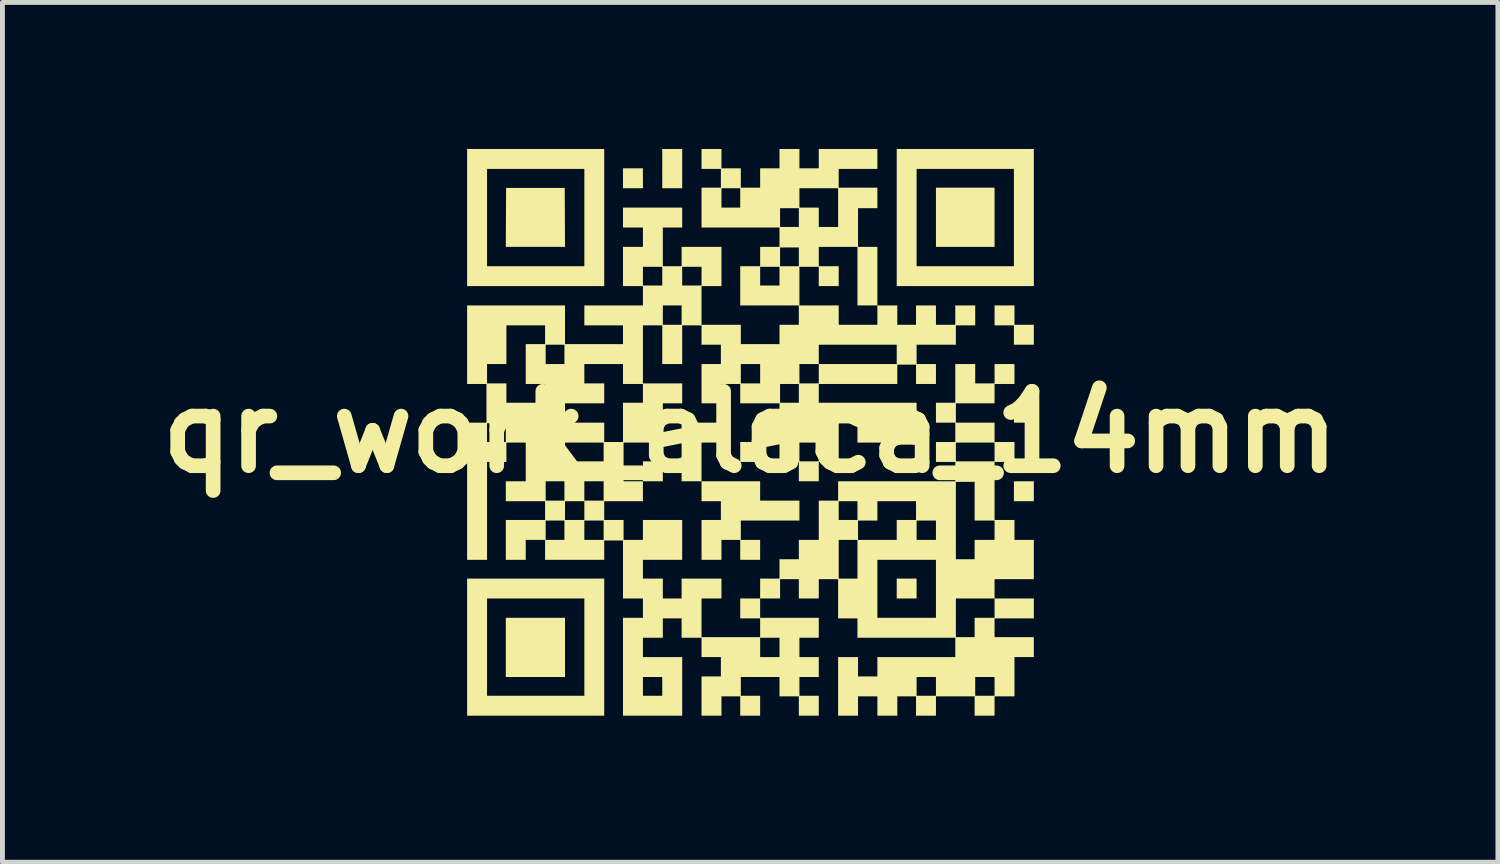
<source format=kicad_pcb>
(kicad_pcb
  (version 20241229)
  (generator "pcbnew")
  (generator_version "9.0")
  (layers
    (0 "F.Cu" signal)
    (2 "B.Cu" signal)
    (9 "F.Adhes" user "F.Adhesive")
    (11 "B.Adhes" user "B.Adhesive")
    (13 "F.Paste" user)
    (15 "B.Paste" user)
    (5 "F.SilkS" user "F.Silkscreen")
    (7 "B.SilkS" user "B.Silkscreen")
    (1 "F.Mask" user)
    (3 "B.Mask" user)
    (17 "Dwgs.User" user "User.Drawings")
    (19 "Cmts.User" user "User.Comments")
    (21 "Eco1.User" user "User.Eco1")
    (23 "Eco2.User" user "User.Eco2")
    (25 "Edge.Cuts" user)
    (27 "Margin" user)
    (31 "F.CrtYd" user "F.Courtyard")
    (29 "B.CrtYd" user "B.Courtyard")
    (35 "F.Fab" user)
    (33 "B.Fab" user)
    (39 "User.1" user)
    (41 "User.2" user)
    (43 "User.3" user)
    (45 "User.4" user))
  (footprint "qr_work_eleca_14mm"
    (layer "F.Cu")
    (at 12.308 5.795)
    (property "Reference" "qr_work_eleca_14mm" (at 0 0 0) (layer "F.SilkS") (effects (font (size 1.524 1.524) (thickness 0.3))))
    (attr board_only exclude_from_pos_files exclude_from_bom)
    (fp_poly (pts (xy -3.791 5.015) (xy -5.003 5.015) (xy -5.003 3.803) (xy -3.791 3.803)) (stroke (width 0) (type solid)) (fill yes) (layer "F.SilkS"))
    (fp_poly (pts (xy -2.196 -4.991) (xy -2.604 -4.991) (xy -2.604 -5.399) (xy -2.196 -5.399)) (stroke (width 0) (type solid)) (fill yes) (layer "F.SilkS"))
    (fp_poly (pts (xy -1.788 1.008) (xy -2.196 1.008) (xy -2.196 0.6) (xy -1.788 0.6)) (stroke (width 0) (type solid)) (fill yes) (layer "F.SilkS"))
    (fp_poly (pts (xy -1.392 -4.991) (xy -1.8 -4.991) (xy -1.8 -5.795) (xy -1.392 -5.795)) (stroke (width 0) (type solid)) (fill yes) (layer "F.SilkS"))
    (fp_poly (pts (xy 3.407 3.407) (xy 3 3.407) (xy 3 3) (xy 3.407 3)) (stroke (width 0) (type solid)) (fill yes) (layer "F.SilkS"))
    (fp_poly (pts (xy 5.003 -3.791) (xy 3.803 -3.791) (xy 3.803 -5.003) (xy 5.003 -5.003)) (stroke (width 0) (type solid)) (fill yes) (layer "F.SilkS"))
    (fp_poly (pts (xy 5.807 -0.192) (xy 5.399 -0.192) (xy 5.399 -0.6) (xy 5.807 -0.6)) (stroke (width 0) (type solid)) (fill yes) (layer "F.SilkS"))
    (fp_poly (pts (xy 5.807 1.416) (xy 5.399 1.416) (xy 5.399 1.008) (xy 5.807 1.008)) (stroke (width 0) (type solid)) (fill yes) (layer "F.SilkS"))
    (fp_poly (pts (xy -3.794 -4.394) (xy -3.791 -3.791) (xy -5.003 -3.791) (xy -5 -4.394) (xy -4.997 -4.997) (xy -3.797 -4.997)) (stroke (width 0) (type solid)) (fill yes) (layer "F.SilkS"))
    (fp_poly (pts (xy -0.588 0.216) (xy -0.996 0.216) (xy -0.996 1.008) (xy -1.404 1.008) (xy -1.404 -0.192) (xy -0.588 -0.192)) (stroke (width 0) (type solid)) (fill yes) (layer "F.SilkS"))
    (fp_poly (pts (xy 5.411 -2.196) (xy 5.807 -2.196) (xy 5.807 -1.788) (xy 5.399 -1.788) (xy 5.399 -2.184) (xy 5.003 -2.184) (xy 5.003 -2.592) (xy 5.411 -2.592)) (stroke (width 0) (type solid)) (fill yes) (layer "F.SilkS"))
    (fp_poly (pts (xy -2.988 -2.988) (xy -5.795 -2.988) (xy -5.795 -3.395) (xy -5.387 -3.395) (xy -3.395 -3.395) (xy -3.395 -5.387) (xy -5.387 -5.387) (xy -5.387 -3.395) (xy -5.795 -3.395) (xy -5.795 -5.795) (xy -2.988 -5.795)) (stroke (width 0) (type solid)) (fill yes) (layer "F.SilkS"))
    (fp_poly (pts (xy -2.988 5.807) (xy -5.795 5.807) (xy -5.795 5.399) (xy -5.387 5.399) (xy -3.395 5.399) (xy -3.395 3.407) (xy -5.387 3.407) (xy -5.387 5.399) (xy -5.795 5.399) (xy -5.795 3) (xy -2.988 3)) (stroke (width 0) (type solid)) (fill yes) (layer "F.SilkS"))
    (fp_poly (pts (xy 5.807 -2.988) (xy 3 -2.988) (xy 3 -3.395) (xy 3.407 -3.395) (xy 5.399 -3.395) (xy 5.399 -5.387) (xy 3.407 -5.387) (xy 3.407 -3.395) (xy 3 -3.395) (xy 3 -5.795) (xy 5.807 -5.795)) (stroke (width 0) (type solid)) (fill yes) (layer "F.SilkS"))
    (fp_poly (pts (xy 0.204 1.404) (xy 1.008 1.404) (xy 1.008 1.812) (xy -0.192 1.812) (xy -0.192 2.208) (xy 0.204 2.208) (xy 0.204 2.616) (xy -0.204 2.616) (xy -0.204 2.208) (xy -0.588 2.208) (xy -0.588 2.616) (xy -0.996 2.616) (xy -0.996 1.8) (xy -0.6 1.8) (xy -0.6 1.416) (xy -0.996 1.416) (xy -0.996 1.008) (xy 0.204 1.008)) (stroke (width 0) (type solid)) (fill yes) (layer "F.SilkS"))
    (fp_poly (pts (xy 5.807 3.407) (xy 5.807 3.815) (xy 5.003 3.815) (xy 5.003 4.199) (xy 5.807 4.199) (xy 5.807 4.607) (xy 5.411 4.607) (xy 5.411 5.411) (xy 5.003 5.411) (xy 5.003 5.807) (xy 4.595 5.807) (xy 4.595 5.411) (xy 3.803 5.411) (xy 3.803 5.807) (xy 3.395 5.807) (xy 3.395 5.411) (xy 3.012 5.411) (xy 3.012 5.807) (xy 2.604 5.807) (xy 2.604 5.411) (xy 2.208 5.411) (xy 2.208 5.807) (xy 1.8 5.807) (xy 1.8 5.399) (xy 3.407 5.399) (xy 3.803 5.399) (xy 4.607 5.399) (xy 5.003 5.399) (xy 5.003 5.015) (xy 4.607 5.015) (xy 4.607 5.399) (xy 3.803 5.399) (xy 3.803 5.015) (xy 3.407 5.015) (xy 3.407 5.399) (xy 1.8 5.399) (xy 1.8 4.607) (xy 2.208 4.607) (xy 2.208 5.003) (xy 2.604 5.003) (xy 2.604 4.607) (xy 4.199 4.607) (xy 4.199 4.211) (xy 2.196 4.211) (xy 2.196 4.199) (xy 4.211 4.199) (xy 4.595 4.199) (xy 4.595 3.803) (xy 5.003 3.803) (xy 5.003 3.407) (xy 4.211 3.407) (xy 4.211 4.199) (xy 2.196 4.199) (xy 2.196 3.815) (xy 1.8 3.815) (xy 1.8 3.803) (xy 2.604 3.803) (xy 3.803 3.803) (xy 3.803 2.616) (xy 2.604 2.616) (xy 2.604 3.803) (xy 1.8 3.803) (xy 1.8 3.012) (xy 1.404 3.012) (xy 1.404 3.407) (xy 0.996 3.407) (xy 0.996 3.012) (xy 0.612 3.012) (xy 0.612 3.407) (xy 0.204 3.407) (xy 0.204 3) (xy 0.6 3) (xy 1.812 3) (xy 2.196 3) (xy 2.196 2.604) (xy 4.211 2.604) (xy 4.595 2.604) (xy 4.595 2.208) (xy 5.003 2.208) (xy 5.003 1.812) (xy 4.595 1.812) (xy 4.595 1.02) (xy 4.211 1.02) (xy 4.211 2.604) (xy 2.196 2.604) (xy 2.196 2.208) (xy 2.208 2.208) (xy 3 2.208) (xy 3.407 2.208) (xy 3.803 2.208) (xy 3.803 1.812) (xy 3.407 1.812) (xy 3.407 2.208) (xy 3 2.208) (xy 3 1.8) (xy 3.395 1.8) (xy 3.395 1.416) (xy 2.604 1.416) (xy 2.604 1.812) (xy 2.208 1.812) (xy 2.208 2.208) (xy 2.196 2.208) (xy 1.812 2.208) (xy 1.812 3) (xy 0.6 3) (xy 0.6 2.604) (xy 0.996 2.604) (xy 0.996 2.208) (xy 1.404 2.208) (xy 1.404 1.8) (xy 1.812 1.8) (xy 2.196 1.8) (xy 2.196 1.416) (xy 1.812 1.416) (xy 1.812 1.8) (xy 1.404 1.8) (xy 1.404 1.404) (xy 1.8 1.404) (xy 1.8 1.008) (xy 4.199 1.008) (xy 4.199 0.612) (xy 3.803 0.612) (xy 3.803 0.6) (xy 4.211 0.6) (xy 5.003 0.6) (xy 5.003 0.216) (xy 4.211 0.216) (xy 4.211 0.6) (xy 3.803 0.6) (xy 3.803 0.204) (xy 4.199 0.204) (xy 4.199 -0.192) (xy 3.803 -0.192) (xy 3.803 -0.6) (xy 4.199 -0.6) (xy 4.199 -1.392) (xy 4.607 -1.392) (xy 4.607 -0.996) (xy 5.003 -0.996) (xy 5.003 -1.392) (xy 5.411 -1.392) (xy 5.411 -0.984) (xy 5.003 -0.984) (xy 5.003 -0.588) (xy 4.211 -0.588) (xy 4.211 -0.192) (xy 5.003 -0.192) (xy 5.003 0.204) (xy 5.411 0.204) (xy 5.411 0.612) (xy 5.003 0.612) (xy 5.003 1.8) (xy 5.411 1.8) (xy 5.411 2.208) (xy 5.807 2.208) (xy 5.807 3.012) (xy 5.003 3.012) (xy 5.003 3.407)) (stroke (width 0) (type solid)) (fill yes) (layer "F.SilkS"))
    (fp_poly (pts (xy -0.588 -5.399) (xy -0.192 -5.399) (xy -0.192 -5.003) (xy 0.204 -5.003) (xy 0.204 -5.399) (xy 0.6 -5.399) (xy 0.6 -5.795) (xy 1.008 -5.795) (xy 1.008 -5.399) (xy 1.404 -5.399) (xy 1.404 -5.795) (xy 2.604 -5.795) (xy 2.604 -5.387) (xy 1.812 -5.387) (xy 1.812 -5.003) (xy 2.604 -5.003) (xy 2.604 -4.583) (xy 2.208 -4.583) (xy 2.208 -3.791) (xy 2.604 -3.791) (xy 2.604 -2.592) (xy 3.012 -2.592) (xy 3.012 -2.196) (xy 3.395 -2.196) (xy 3.395 -2.592) (xy 3.803 -2.592) (xy 3.803 -2.196) (xy 4.199 -2.196) (xy 4.199 -2.592) (xy 4.607 -2.592) (xy 4.607 -2.184) (xy 4.211 -2.184) (xy 4.211 -1.788) (xy 3.407 -1.788) (xy 3.407 -1.392) (xy 3.803 -1.392) (xy 3.803 -0.984) (xy 3.395 -0.984) (xy 3.395 -1.38) (xy 3.012 -1.38) (xy 3.012 -0.984) (xy 1.404 -0.984) (xy 1.404 -0.6) (xy 3.407 -0.6) (xy 3.407 0.216) (xy 2.196 0.216) (xy 2.196 -0.192) (xy 1.812 -0.192) (xy 1.812 0.612) (xy 1.404 0.612) (xy 1.404 1.008) (xy 0.996 1.008) (xy 0.996 0.612) (xy 0.6 0.612) (xy 0.6 0.6) (xy 1.008 0.6) (xy 1.404 0.6) (xy 1.404 0.216) (xy 1.008 0.216) (xy 1.008 0.6) (xy 0.6 0.6) (xy 0.6 0.216) (xy 0.204 0.216) (xy 0.204 0.612) (xy -0.204 0.612) (xy -0.204 0.204) (xy 0.204 0.204) (xy 0.204 -0.192) (xy 0.6 -0.192) (xy 0.6 -0.588) (xy -0.204 -0.588) (xy -0.204 -0.6) (xy 0.612 -0.6) (xy 0.996 -0.6) (xy 0.996 -0.984) (xy 0.612 -0.984) (xy 0.612 -0.6) (xy -0.204 -0.6) (xy -0.204 -0.984) (xy -0.588 -0.984) (xy -0.588 -0.588) (xy -0.996 -0.588) (xy -0.996 -0.996) (xy -0.192 -0.996) (xy 0.204 -0.996) (xy 1.008 -0.996) (xy 1.404 -0.996) (xy 1.404 -1.392) (xy 3 -1.392) (xy 3 -1.788) (xy 1.404 -1.788) (xy 1.404 -1.392) (xy 1.008 -1.392) (xy 1.008 -0.996) (xy 0.204 -0.996) (xy 0.204 -1.392) (xy -0.192 -1.392) (xy -0.192 -0.996) (xy -0.996 -0.996) (xy -0.996 -1.392) (xy -0.6 -1.392) (xy -0.6 -1.788) (xy -0.996 -1.788) (xy -0.996 -2.184) (xy -1.392 -2.184) (xy -1.392 -1.392) (xy -1.8 -1.392) (xy -1.8 -2.184) (xy -2.196 -2.184) (xy -2.196 -0.996) (xy -1.392 -0.996) (xy -1.392 -0.588) (xy -1.788 -0.588) (xy -1.788 0.216) (xy -2.592 0.216) (xy -2.592 1.008) (xy -2.196 1.008) (xy -2.196 1.416) (xy -2.988 1.416) (xy -2.988 1.8) (xy -2.592 1.8) (xy -2.592 2.208) (xy -2.196 2.208) (xy -2.196 1.8) (xy -1.392 1.8) (xy -1.392 2.616) (xy -2.196 2.616) (xy -2.196 3) (xy -1.788 3) (xy -1.788 3.407) (xy -1.404 3.407) (xy -1.404 3) (xy -0.588 3) (xy -0.588 3.407) (xy -0.996 3.407) (xy -0.996 4.199) (xy 0.204 4.199) (xy 0.204 3.815) (xy -0.204 3.815) (xy -0.204 3.407) (xy 0.204 3.407) (xy 0.204 3.803) (xy 1.404 3.803) (xy 1.404 4.211) (xy 1.008 4.211) (xy 1.008 4.607) (xy 1.404 4.607) (xy 1.404 5.015) (xy 1.008 5.015) (xy 1.008 5.399) (xy 1.404 5.399) (xy 1.404 5.807) (xy 0.996 5.807) (xy 0.996 5.411) (xy 0.6 5.411) (xy 0.6 5.015) (xy -0.192 5.015) (xy -0.192 5.399) (xy 0.204 5.399) (xy 0.204 5.807) (xy -0.204 5.807) (xy -0.204 5.411) (xy -0.588 5.411) (xy -0.588 5.807) (xy -0.996 5.807) (xy -0.996 5.003) (xy -0.6 5.003) (xy -0.6 4.607) (xy 0.204 4.607) (xy 0.6 4.607) (xy 0.6 4.211) (xy 0.204 4.211) (xy 0.204 4.607) (xy -0.6 4.607) (xy -0.996 4.607) (xy -0.996 4.211) (xy -1.404 4.211) (xy -1.404 3.815) (xy -1.788 3.815) (xy -1.788 4.211) (xy -2.196 4.211) (xy -2.196 4.607) (xy -1.392 4.607) (xy -1.392 5.807) (xy -2.604 5.807) (xy -2.604 5.399) (xy -2.196 5.399) (xy -1.8 5.399) (xy -1.8 5.015) (xy -2.196 5.015) (xy -2.196 5.399) (xy -2.604 5.399) (xy -2.604 3.803) (xy -2.196 3.803) (xy -2.196 3.407) (xy -2.604 3.407) (xy -2.604 2.22) (xy -2.988 2.22) (xy -2.988 2.616) (xy -4.199 2.616) (xy -4.199 2.208) (xy -4.187 2.208) (xy -3.803 2.208) (xy -3.395 2.208) (xy -3 2.208) (xy -3 1.812) (xy -3.395 1.812) (xy -3.395 2.208) (xy -3.803 2.208) (xy -3.803 1.812) (xy -4.187 1.812) (xy -4.187 2.208) (xy -4.199 2.208) (xy -4.595 2.208) (xy -4.595 2.616) (xy -5.003 2.616) (xy -5.003 1.8) (xy -4.199 1.8) (xy -3.791 1.8) (xy -3.395 1.8) (xy -3.395 1.416) (xy -3.791 1.416) (xy -3.791 1.8) (xy -4.199 1.8) (xy -4.199 1.416) (xy -5.003 1.416) (xy -5.003 1.404) (xy -4.187 1.404) (xy -3.803 1.404) (xy -3.395 1.404) (xy -3 1.404) (xy -3 1.008) (xy -3.395 1.008) (xy -3.395 1.404) (xy -3.803 1.404) (xy -3.803 1.008) (xy -4.187 1.008) (xy -4.187 1.404) (xy -5.003 1.404) (xy -5.003 1.008) (xy -4.595 1.008) (xy -4.595 0.6) (xy -3.791 0.6) (xy -3 0.6) (xy -3 0.216) (xy -3.791 0.216) (xy -3.791 0.6) (xy -4.595 0.6) (xy -4.595 0.216) (xy -4.991 0.216) (xy -4.991 0.612) (xy -5.387 0.612) (xy -5.387 2.616) (xy -5.795 2.616) (xy -5.795 0.204) (xy -5.387 0.204) (xy -5.003 0.204) (xy -5.003 -0.18) (xy -5.387 -0.18) (xy -5.387 0.204) (xy -5.795 0.204) (xy -5.795 -0.192) (xy -5.399 -0.192) (xy -3.791 -0.192) (xy -2.988 -0.192) (xy -2.988 0.204) (xy -2.604 0.204) (xy -2.604 -0.6) (xy -2.196 -0.6) (xy -2.196 -0.984) (xy -2.604 -0.984) (xy -2.604 -1.392) (xy -3.395 -1.392) (xy -3.395 -0.996) (xy -2.988 -0.996) (xy -2.988 -0.588) (xy -3.791 -0.588) (xy -3.791 -0.192) (xy -5.399 -0.192) (xy -5.399 -0.984) (xy -5.795 -0.984) (xy -5.795 -0.996) (xy -5.387 -0.996) (xy -4.991 -0.996) (xy -4.991 -0.6) (xy -4.199 -0.6) (xy -4.199 -0.984) (xy -4.595 -0.984) (xy -4.595 -1.392) (xy -4.187 -1.392) (xy -3.803 -1.392) (xy -3.803 -1.788) (xy -4.187 -1.788) (xy -4.187 -1.392) (xy -4.595 -1.392) (xy -4.595 -1.8) (xy -4.199 -1.8) (xy -4.199 -2.184) (xy -4.991 -2.184) (xy -4.991 -1.392) (xy -5.387 -1.392) (xy -5.387 -0.996) (xy -5.795 -0.996) (xy -5.795 -2.592) (xy -3.791 -2.592) (xy -3.791 -1.8) (xy -2.604 -1.8) (xy -2.604 -2.184) (xy -3.395 -2.184) (xy -3.395 -2.196) (xy -1.788 -2.196) (xy -1.404 -2.196) (xy -1.404 -2.592) (xy -1.788 -2.592) (xy -1.788 -2.196) (xy -3.395 -2.196) (xy -3.395 -2.592) (xy -2.196 -2.592) (xy -2.196 -2.988) (xy -2.604 -2.988) (xy -2.604 -3) (xy -2.196 -3) (xy -1.8 -3) (xy -1.392 -3) (xy -0.996 -3) (xy -0.996 -3.383) (xy -1.392 -3.383) (xy -1.392 -3) (xy -1.8 -3) (xy -1.8 -3.383) (xy -2.196 -3.383) (xy -2.196 -3) (xy -2.604 -3) (xy -2.604 -3.791) (xy -2.196 -3.791) (xy -2.196 -4.187) (xy -2.604 -4.187) (xy -2.604 -4.595) (xy -1.392 -4.595) (xy -1.392 -4.187) (xy -1.788 -4.187) (xy -1.788 -3.395) (xy -1.404 -3.395) (xy -1.404 -3.791) (xy -0.588 -3.791) (xy -0.588 -2.988) (xy -0.996 -2.988) (xy -0.996 -2.196) (xy -0.192 -2.196) (xy -0.192 -1.8) (xy 0.6 -1.8) (xy 0.6 -2.196) (xy 0.996 -2.196) (xy 0.996 -2.592) (xy 1.008 -2.592) (xy 1.812 -2.592) (xy 1.812 -2.196) (xy 2.604 -2.196) (xy 2.604 -2.592) (xy 2.196 -2.592) (xy 2.196 -3.791) (xy 1.404 -3.791) (xy 1.404 -3.395) (xy 1.812 -3.395) (xy 1.812 -2.988) (xy 1.404 -2.988) (xy 1.404 -3.383) (xy 1.008 -3.383) (xy 1.008 -2.592) (xy 0.996 -2.592) (xy -0.204 -2.592) (xy -0.204 -3) (xy 0.204 -3) (xy 0.6 -3) (xy 0.6 -3.383) (xy 0.204 -3.383) (xy 0.204 -3) (xy -0.204 -3) (xy -0.204 -3.395) (xy 0.204 -3.395) (xy 0.612 -3.395) (xy 0.996 -3.395) (xy 0.996 -3.779) (xy 0.612 -3.779) (xy 0.612 -3.395) (xy 0.204 -3.395) (xy 0.204 -3.791) (xy 0.6 -3.791) (xy 0.6 -4.187) (xy -0.996 -4.187) (xy -0.996 -4.199) (xy 0.612 -4.199) (xy 0.996 -4.199) (xy 0.996 -4.583) (xy 0.612 -4.583) (xy 0.612 -4.199) (xy -0.996 -4.199) (xy -0.996 -4.595) (xy -0.588 -4.595) (xy -0.204 -4.595) (xy 1.008 -4.595) (xy 1.404 -4.595) (xy 1.404 -4.199) (xy 1.8 -4.199) (xy 1.8 -4.991) (xy 1.008 -4.991) (xy 1.008 -4.595) (xy -0.204 -4.595) (xy -0.204 -4.991) (xy -0.588 -4.991) (xy -0.588 -4.595) (xy -0.996 -4.595) (xy -0.996 -5.003) (xy -0.6 -5.003) (xy -0.6 -5.387) (xy -0.996 -5.387) (xy -0.996 -5.795) (xy -0.588 -5.795)) (stroke (width 0) (type solid)) (fill yes) (layer "F.SilkS")))
  (gr_rect
    (start -3 -3)
    (end 27.616 14.602)
    (stroke (width 0.1) (type default))
    (fill no)
    (layer "Edge.Cuts")))
</source>
